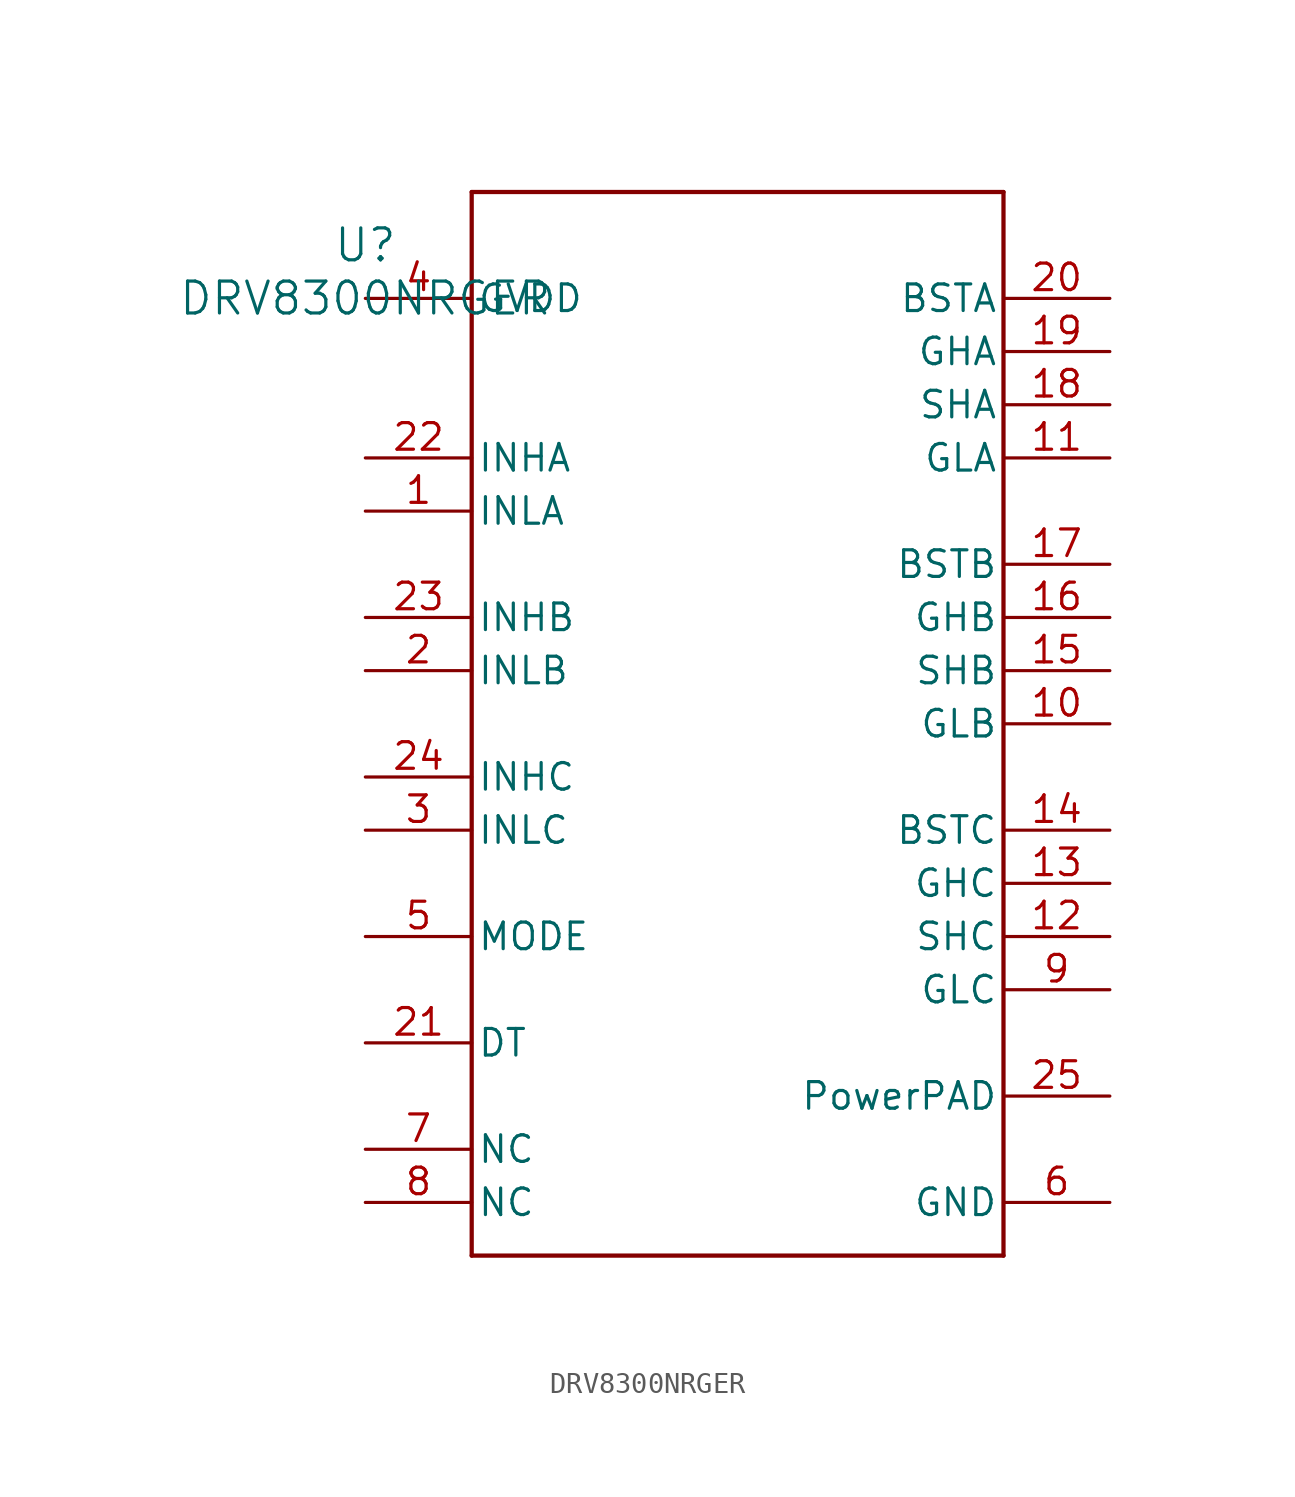
<source format=kicad_sym>
(kicad_symbol_lib
  (version 20211014)
  (generator kicad_symbol_editor)
  (symbol "DRV8300NRGER"
    (pin_names
      (offset 0.254))
    (property "Reference" "U"
      (at 0 2.54 0)
      (effects (font (size 1.524 1.524))))
    (property "Value" "DRV8300NRGER"
      (at 0 0 0)
      (effects (font (size 1.524 1.524))))
    (symbol "DRV8300NRGER_0_1"
      (polyline (pts (xy 5.08 -45.72) (xy 30.48 -45.72)) (stroke (width 0.203) (type default) (color 0 0 0 0)) (fill (type none)))
      (polyline (pts (xy 30.48 -45.72) (xy 30.48 5.08)) (stroke (width 0.203) (type default) (color 0 0 0 0)) (fill (type none)))
      (polyline (pts (xy 30.48 5.08) (xy 5.08 5.08)) (stroke (width 0.203) (type default) (color 0 0 0 0)) (fill (type none)))
      (polyline (pts (xy 5.08 5.08) (xy 5.08 -45.72)) (stroke (width 0.203) (type default) (color 0 0 0 0)) (fill (type none)))
      (pin input line (at 0 -10.16 0) (length 5.08) (name "INLA" (effects (font (size 1.27 1.27)))) (number "1" (effects (font (size 1.27 1.27)))))
      (pin input line (at 0 -17.78 0) (length 5.08) (name "INLB" (effects (font (size 1.27 1.27)))) (number "2" (effects (font (size 1.27 1.27)))))
      (pin input line (at 0 -25.4 0) (length 5.08) (name "INLC" (effects (font (size 1.27 1.27)))) (number "3" (effects (font (size 1.27 1.27)))))
      (pin power_in line (at 0 0 0) (length 5.08) (name "GVDD" (effects (font (size 1.27 1.27)))) (number "4" (effects (font (size 1.27 1.27)))))
      (pin input line (at 0 -30.48 0) (length 5.08) (name "MODE" (effects (font (size 1.27 1.27)))) (number "5" (effects (font (size 1.27 1.27)))))
      (pin power_in line (at 35.56 -43.18 180) (length 5.08) (name "GND" (effects (font (size 1.27 1.27)))) (number "6" (effects (font (size 1.27 1.27)))))
      (pin unspecified line (at 0 -40.64 0) (length 5.08) (name "NC" (effects (font (size 1.27 1.27)))) (number "7" (effects (font (size 1.27 1.27)))))
      (pin unspecified line (at 0 -43.18 0) (length 5.08) (name "NC" (effects (font (size 1.27 1.27)))) (number "8" (effects (font (size 1.27 1.27)))))
      (pin output line (at 35.56 -33.02 180) (length 5.08) (name "GLC" (effects (font (size 1.27 1.27)))) (number "9" (effects (font (size 1.27 1.27)))))
      (pin output line (at 35.56 -20.32 180) (length 5.08) (name "GLB" (effects (font (size 1.27 1.27)))) (number "10" (effects (font (size 1.27 1.27)))))
      (pin output line (at 35.56 -7.62 180) (length 5.08) (name "GLA" (effects (font (size 1.27 1.27)))) (number "11" (effects (font (size 1.27 1.27)))))
      (pin input line (at 35.56 -30.48 180) (length 5.08) (name "SHC" (effects (font (size 1.27 1.27)))) (number "12" (effects (font (size 1.27 1.27)))))
      (pin output line (at 35.56 -27.94 180) (length 5.08) (name "GHC" (effects (font (size 1.27 1.27)))) (number "13" (effects (font (size 1.27 1.27)))))
      (pin output line (at 35.56 -25.4 180) (length 5.08) (name "BSTC" (effects (font (size 1.27 1.27)))) (number "14" (effects (font (size 1.27 1.27)))))
      (pin input line (at 35.56 -17.78 180) (length 5.08) (name "SHB" (effects (font (size 1.27 1.27)))) (number "15" (effects (font (size 1.27 1.27)))))
      (pin output line (at 35.56 -15.24 180) (length 5.08) (name "GHB" (effects (font (size 1.27 1.27)))) (number "16" (effects (font (size 1.27 1.27)))))
      (pin output line (at 35.56 -12.7 180) (length 5.08) (name "BSTB" (effects (font (size 1.27 1.27)))) (number "17" (effects (font (size 1.27 1.27)))))
      (pin input line (at 35.56 -5.08 180) (length 5.08) (name "SHA" (effects (font (size 1.27 1.27)))) (number "18" (effects (font (size 1.27 1.27)))))
      (pin output line (at 35.56 -2.54 180) (length 5.08) (name "GHA" (effects (font (size 1.27 1.27)))) (number "19" (effects (font (size 1.27 1.27)))))
      (pin output line (at 35.56 0 180) (length 5.08) (name "BSTA" (effects (font (size 1.27 1.27)))) (number "20" (effects (font (size 1.27 1.27)))))
      (pin input line (at 0 -35.56 0) (length 5.08) (name "DT" (effects (font (size 1.27 1.27)))) (number "21" (effects (font (size 1.27 1.27)))))
      (pin input line (at 0 -7.62 0) (length 5.08) (name "INHA" (effects (font (size 1.27 1.27)))) (number "22" (effects (font (size 1.27 1.27)))))
      (pin input line (at 0 -15.24 0) (length 5.08) (name "INHB" (effects (font (size 1.27 1.27)))) (number "23" (effects (font (size 1.27 1.27)))))
      (pin input line (at 0 -22.86 0) (length 5.08) (name "INHC" (effects (font (size 1.27 1.27)))) (number "24" (effects (font (size 1.27 1.27)))))
      (pin power_in line (at 35.56 -38.1 180) (length 5.08) (name "PowerPAD" (effects (font (size 1.27 1.27)))) (number "25" (effects (font (size 1.27 1.27))))))))
</source>
